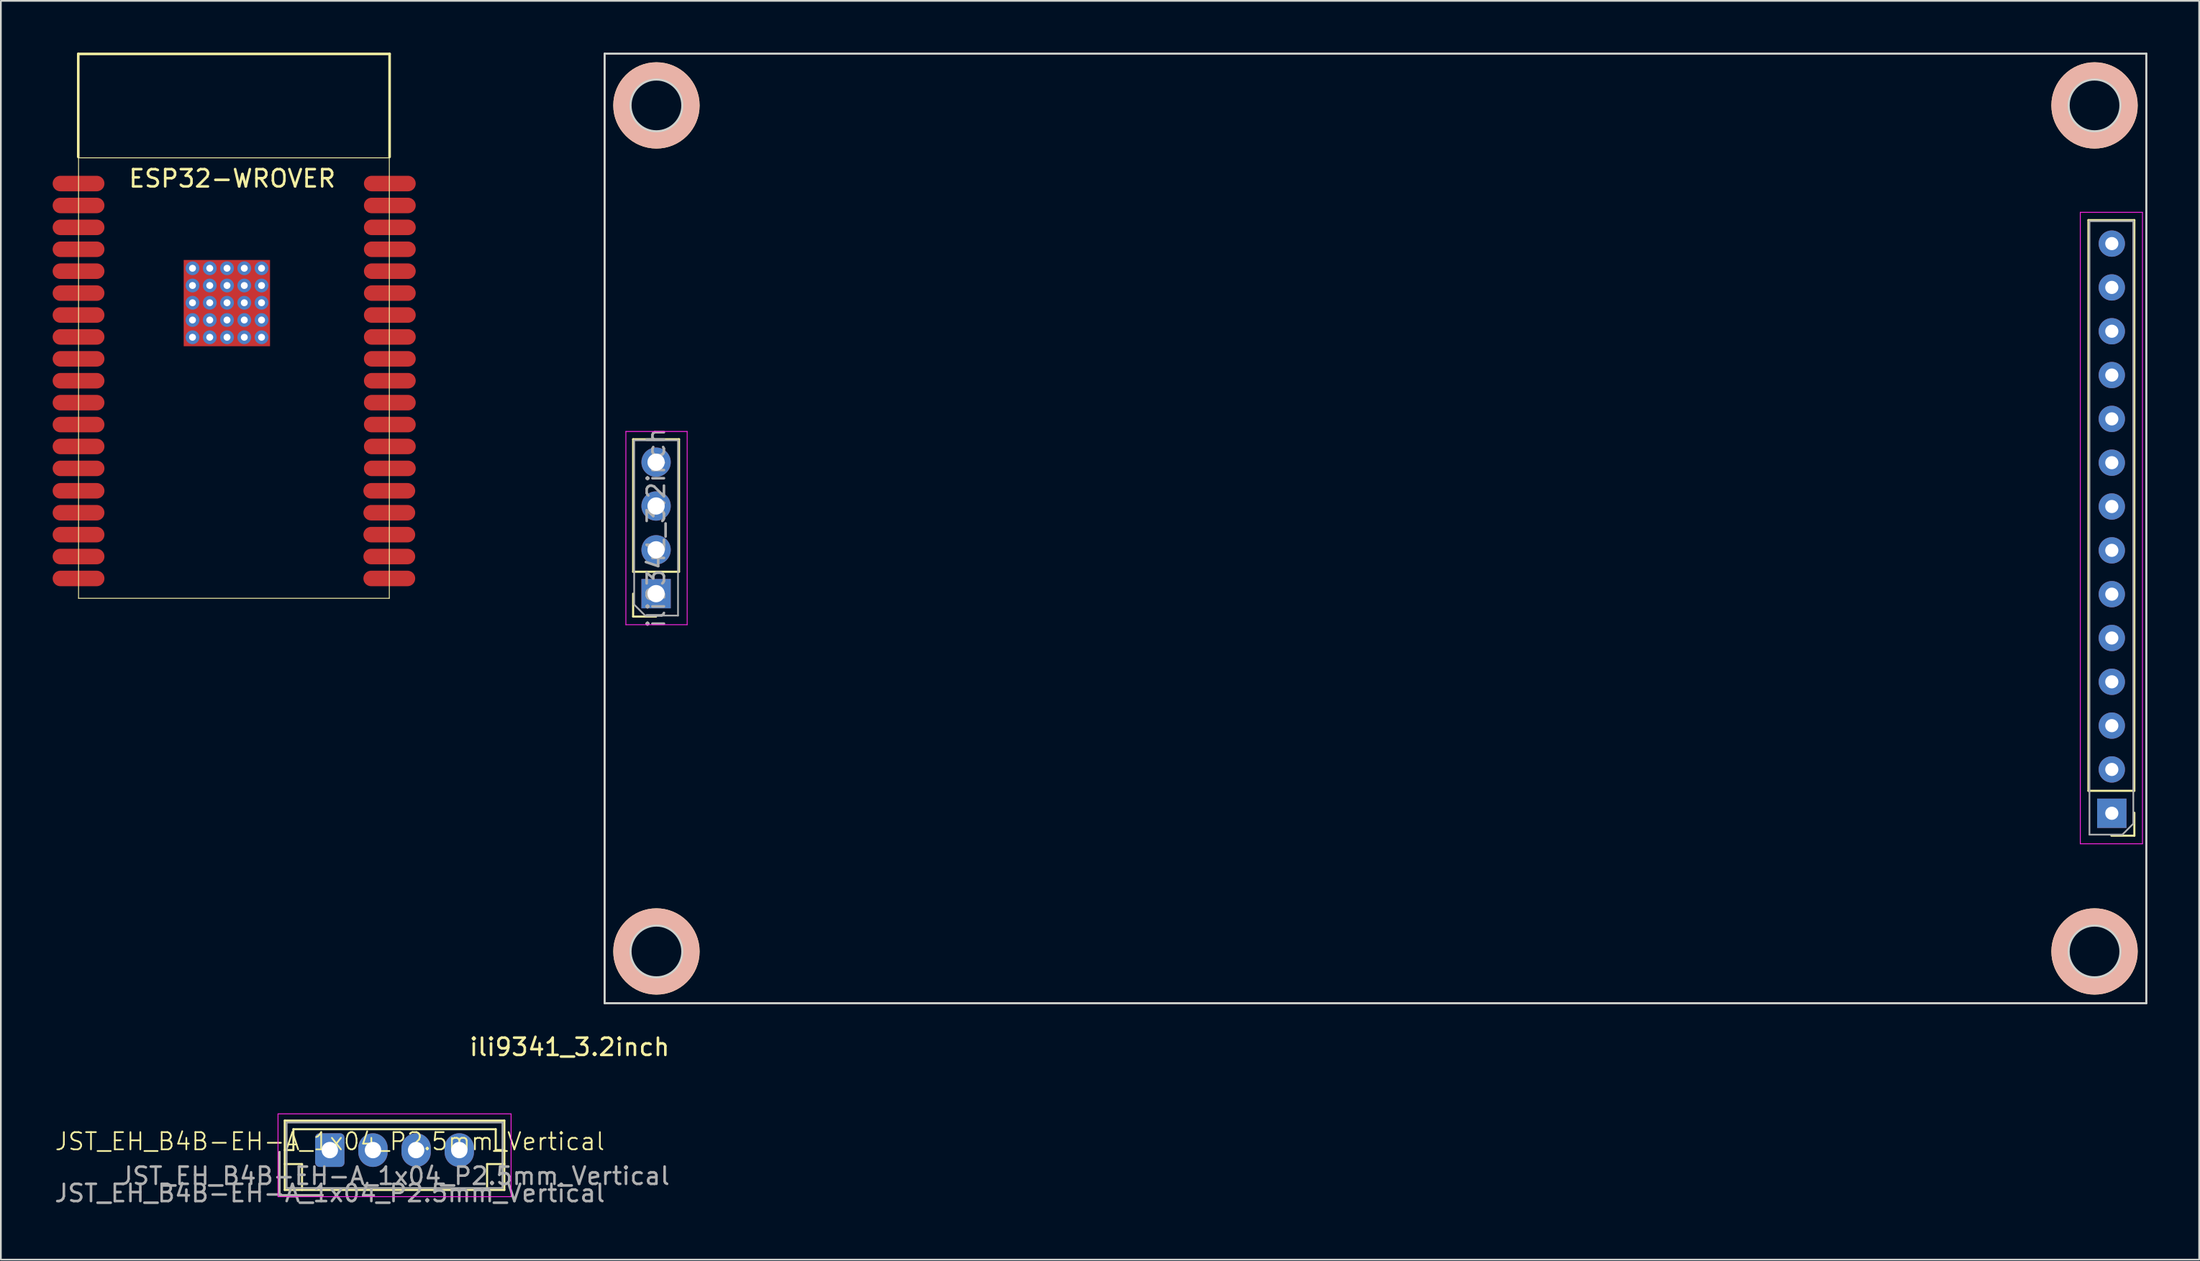
<source format=kicad_pcb>
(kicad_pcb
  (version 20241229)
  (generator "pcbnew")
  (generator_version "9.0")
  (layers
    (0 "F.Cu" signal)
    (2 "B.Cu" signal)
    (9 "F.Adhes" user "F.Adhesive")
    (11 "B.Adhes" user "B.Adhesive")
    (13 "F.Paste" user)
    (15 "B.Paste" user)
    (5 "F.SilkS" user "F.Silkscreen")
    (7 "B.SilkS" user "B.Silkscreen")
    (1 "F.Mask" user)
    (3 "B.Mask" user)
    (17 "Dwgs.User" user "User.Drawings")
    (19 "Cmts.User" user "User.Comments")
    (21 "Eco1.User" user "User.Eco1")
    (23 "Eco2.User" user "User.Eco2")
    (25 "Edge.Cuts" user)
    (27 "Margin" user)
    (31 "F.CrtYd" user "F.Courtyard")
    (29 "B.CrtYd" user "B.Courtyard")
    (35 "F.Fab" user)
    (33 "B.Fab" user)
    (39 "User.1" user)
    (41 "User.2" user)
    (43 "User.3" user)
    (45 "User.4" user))
  (footprint "JST_EH_B4B-EH-A_1x04_P2.5mm_Vertical"
    (layer "F.Cu")
    (at 16.054 63.613)
    (property "Reference" "JST_EH_B4B-EH-A_1x04_P2.5mm_Vertical" (at 0 -0.5 0) (unlocked yes) (layer "F.SilkS") (effects (font (size 1 1) (thickness 0.1))))
    (attr smd)
    (fp_line (start -2.91 0.11) (end -2.91 2.61) (stroke (width 0.12) (type solid)) (layer "F.SilkS"))
    (fp_line (start -2.91 2.61) (end -0.41 2.61) (stroke (width 0.12) (type solid)) (layer "F.SilkS"))
    (fp_line (start -2.61 -1.71) (end -2.61 2.31) (stroke (width 0.12) (type solid)) (layer "F.SilkS"))
    (fp_line (start -2.61 0) (end -2.11 0) (stroke (width 0.12) (type solid)) (layer "F.SilkS"))
    (fp_line (start -2.61 0.81) (end -1.61 0.81) (stroke (width 0.12) (type solid)) (layer "F.SilkS"))
    (fp_line (start -2.61 2.31) (end 10.11 2.31) (stroke (width 0.12) (type solid)) (layer "F.SilkS"))
    (fp_line (start -2.11 -1.21) (end 9.61 -1.21) (stroke (width 0.12) (type solid)) (layer "F.SilkS"))
    (fp_line (start -2.11 0) (end -2.11 -1.21) (stroke (width 0.12) (type solid)) (layer "F.SilkS"))
    (fp_line (start -1.61 0.81) (end -1.61 2.31) (stroke (width 0.12) (type solid)) (layer "F.SilkS"))
    (fp_line (start 9.11 0.81) (end 9.11 2.31) (stroke (width 0.12) (type solid)) (layer "F.SilkS"))
    (fp_line (start 9.61 -1.21) (end 9.61 0) (stroke (width 0.12) (type solid)) (layer "F.SilkS"))
    (fp_line (start 9.61 0) (end 10.11 0) (stroke (width 0.12) (type solid)) (layer "F.SilkS"))
    (fp_line (start 10.11 -1.71) (end -2.61 -1.71) (stroke (width 0.12) (type solid)) (layer "F.SilkS"))
    (fp_line (start 10.11 0.81) (end 9.11 0.81) (stroke (width 0.12) (type solid)) (layer "F.SilkS"))
    (fp_line (start 10.11 2.31) (end 10.11 -1.71) (stroke (width 0.12) (type solid)) (layer "F.SilkS"))
    (fp_line (start -3 -2.1) (end -3 2.7) (stroke (width 0.05) (type solid)) (layer "F.CrtYd"))
    (fp_line (start -3 2.7) (end 10.5 2.7) (stroke (width 0.05) (type solid)) (layer "F.CrtYd"))
    (fp_line (start 10.5 -2.1) (end -3 -2.1) (stroke (width 0.05) (type solid)) (layer "F.CrtYd"))
    (fp_line (start 10.5 2.7) (end 10.5 -2.1) (stroke (width 0.05) (type solid)) (layer "F.CrtYd"))
    (fp_line (start -2.91 0.11) (end -2.91 2.61) (stroke (width 0.1) (type solid)) (layer "F.Fab"))
    (fp_line (start -2.91 2.61) (end -0.41 2.61) (stroke (width 0.1) (type solid)) (layer "F.Fab"))
    (fp_line (start -2.5 -1.6) (end -2.5 2.2) (stroke (width 0.1) (type solid)) (layer "F.Fab"))
    (fp_line (start -2.5 2.2) (end 10 2.2) (stroke (width 0.1) (type solid)) (layer "F.Fab"))
    (fp_line (start 10 -1.6) (end -2.5 -1.6) (stroke (width 0.1) (type solid)) (layer "F.Fab"))
    (fp_line (start 10 2.2) (end 10 -1.6) (stroke (width 0.1) (type solid)) (layer "F.Fab"))
    (fp_text user "${REFERENCE}" (at 0 2.5 0) (unlocked yes) (layer "F.Fab") (effects (font (size 1 1) (thickness 0.15))))
    (fp_text user "${REFERENCE}" (at 3.75 1.5 0) (layer "F.Fab") (effects (font (size 1 1) (thickness 0.15))))
    (pad "1" thru_hole roundrect (at 0 0) (size 1.7 1.95) (drill 0.95) (layers "*.Cu" "*.Mask") (roundrect_rratio 0.147))
    (pad "2" thru_hole oval (at 2.5 0) (size 1.7 1.95) (drill 0.95) (layers "*.Cu" "*.Mask"))
    (pad "3" thru_hole oval (at 5 0) (size 1.7 1.95) (drill 0.95) (layers "*.Cu" "*.Mask"))
    (pad "4" thru_hole oval (at 7.5 0) (size 1.7 1.95) (drill 0.95) (layers "*.Cu" "*.Mask")))
  (footprint "ESP32-WROVER"
    (layer "F.Cu")
    (at 10.5 6.679)
    (property "Reference" "ESP32-WROVER" (at -0.1 0.62 0) (layer "F.SilkS") (effects (font (size 1 1) (thickness 0.15))))
    (attr smd)
    (fp_line (start -9.017 -0.635) (end -9.017 -6.604) (stroke (width 0.15) (type solid)) (layer "F.SilkS"))
    (fp_line (start -9 -0.58) (end 9 -0.58) (stroke (width 0.05) (type solid)) (layer "F.SilkS"))
    (fp_line (start -9 24.95) (end -9 -0.58) (stroke (width 0.05) (type solid)) (layer "F.SilkS"))
    (fp_line (start 9 -0.58) (end 9 24.95) (stroke (width 0.05) (type solid)) (layer "F.SilkS"))
    (fp_line (start 9 24.95) (end -9 24.95) (stroke (width 0.05) (type solid)) (layer "F.SilkS"))
    (fp_line (start 9.017 -6.604) (end -9.017 -6.604) (stroke (width 0.15) (type solid)) (layer "F.SilkS"))
    (fp_line (start 9.017 -0.635) (end 9.017 -6.604) (stroke (width 0.15) (type solid)) (layer "F.SilkS"))
    (pad "1" smd oval (at -9 0.91) (size 3 0.9) (layers "F.Cu" "F.Mask" "F.Paste"))
    (pad "2" smd oval (at -9 2.18) (size 3 0.9) (layers "F.Cu" "F.Mask" "F.Paste"))
    (pad "3" smd oval (at -9 3.45) (size 3 0.9) (layers "F.Cu" "F.Mask" "F.Paste"))
    (pad "4" smd oval (at -9 4.72) (size 3 0.9) (layers "F.Cu" "F.Mask" "F.Paste"))
    (pad "5" smd oval (at -9 5.99) (size 3 0.9) (layers "F.Cu" "F.Mask" "F.Paste"))
    (pad "6" smd oval (at -9 7.26) (size 3 0.9) (layers "F.Cu" "F.Mask" "F.Paste"))
    (pad "7" smd oval (at -9 8.53) (size 3 0.9) (layers "F.Cu" "F.Mask" "F.Paste"))
    (pad "8" smd oval (at -9 9.8) (size 3 0.9) (layers "F.Cu" "F.Mask" "F.Paste"))
    (pad "9" smd oval (at -9 11.07) (size 3 0.9) (layers "F.Cu" "F.Mask" "F.Paste"))
    (pad "10" smd oval (at -9 12.34) (size 3 0.9) (layers "F.Cu" "F.Mask" "F.Paste"))
    (pad "11" smd oval (at -9 13.61) (size 3 0.9) (layers "F.Cu" "F.Mask" "F.Paste"))
    (pad "12" smd oval (at -9 14.88) (size 3 0.9) (layers "F.Cu" "F.Mask" "F.Paste"))
    (pad "13" smd oval (at -9 16.15) (size 3 0.9) (layers "F.Cu" "F.Mask" "F.Paste"))
    (pad "14" smd oval (at -9 17.42) (size 3 0.9) (layers "F.Cu" "F.Mask" "F.Paste"))
    (pad "15" smd oval (at -9 18.72) (size 3 0.9) (layers "F.Cu" "F.Mask" "F.Paste"))
    (pad "16" smd oval (at -9 19.99) (size 3 0.9) (layers "F.Cu" "F.Mask" "F.Paste"))
    (pad "17" smd oval (at -9 21.26) (size 3 0.9) (layers "F.Cu" "F.Mask" "F.Paste"))
    (pad "18" smd oval (at -9 22.53) (size 3 0.9) (layers "F.Cu" "F.Mask" "F.Paste"))
    (pad "19" smd oval (at -9 23.8) (size 3 0.9) (layers "F.Cu" "F.Mask" "F.Paste"))
    (pad "20" smd oval (at 9 23.8) (size 3 0.9) (layers "F.Cu" "F.Mask" "F.Paste"))
    (pad "21" smd oval (at 9 22.53) (size 3 0.9) (layers "F.Cu" "F.Mask" "F.Paste"))
    (pad "22" smd oval (at 9 21.26) (size 3 0.9) (layers "F.Cu" "F.Mask" "F.Paste"))
    (pad "23" smd oval (at 9 19.99) (size 3 0.9) (layers "F.Cu" "F.Mask" "F.Paste"))
    (pad "24" smd oval (at 9 18.72) (size 3 0.9) (layers "F.Cu" "F.Mask" "F.Paste"))
    (pad "25" smd oval (at 9.03 17.42) (size 3 0.9) (layers "F.Cu" "F.Mask" "F.Paste"))
    (pad "26" smd oval (at 9.03 16.15) (size 3 0.9) (layers "F.Cu" "F.Mask" "F.Paste"))
    (pad "27" smd oval (at 9.03 14.88) (size 3 0.9) (layers "F.Cu" "F.Mask" "F.Paste"))
    (pad "28" smd oval (at 9.03 13.61) (size 3 0.9) (layers "F.Cu" "F.Mask" "F.Paste"))
    (pad "29" smd oval (at 9.03 12.34) (size 3 0.9) (layers "F.Cu" "F.Mask" "F.Paste"))
    (pad "30" smd oval (at 9.03 11.07) (size 3 0.9) (layers "F.Cu" "F.Mask" "F.Paste"))
    (pad "31" smd oval (at 9.03 9.8) (size 3 0.9) (layers "F.Cu" "F.Mask" "F.Paste"))
    (pad "32" smd oval (at 9.03 8.53) (size 3 0.9) (layers "F.Cu" "F.Mask" "F.Paste"))
    (pad "33" smd oval (at 9.03 7.26) (size 3 0.9) (layers "F.Cu" "F.Mask" "F.Paste"))
    (pad "34" smd oval (at 9.03 5.99) (size 3 0.9) (layers "F.Cu" "F.Mask" "F.Paste"))
    (pad "35" smd oval (at 9.03 4.72) (size 3 0.9) (layers "F.Cu" "F.Mask" "F.Paste"))
    (pad "36" smd oval (at 9.03 3.45) (size 3 0.9) (layers "F.Cu" "F.Mask" "F.Paste"))
    (pad "37" smd oval (at 9.03 2.18) (size 3 0.9) (layers "F.Cu" "F.Mask" "F.Paste"))
    (pad "38" smd oval (at 9.03 0.91) (size 3 0.9) (layers "F.Cu" "F.Mask" "F.Paste"))
    (pad "39" thru_hole circle (at -2.4 5.82) (size 0.8 0.8) (drill 0.4) (layers "*.Cu" "*.Mask"))
    (pad "39" thru_hole circle (at -2.4 6.82) (size 0.8 0.8) (drill 0.4) (layers "*.Cu" "*.Mask"))
    (pad "39" thru_hole circle (at -2.4 7.82) (size 0.8 0.8) (drill 0.4) (layers "*.Cu" "*.Mask"))
    (pad "39" thru_hole circle (at -2.4 8.82) (size 0.8 0.8) (drill 0.4) (layers "*.Cu" "*.Mask"))
    (pad "39" thru_hole circle (at -2.4 9.82) (size 0.8 0.8) (drill 0.4) (layers "*.Cu" "*.Mask"))
    (pad "39" thru_hole circle (at -1.4 5.82) (size 0.8 0.8) (drill 0.4) (layers "*.Cu" "*.Mask"))
    (pad "39" thru_hole circle (at -1.4 6.82) (size 0.8 0.8) (drill 0.4) (layers "*.Cu" "*.Mask"))
    (pad "39" thru_hole circle (at -1.4 7.82) (size 0.8 0.8) (drill 0.4) (layers "*.Cu" "*.Mask"))
    (pad "39" thru_hole circle (at -1.4 8.82) (size 0.8 0.8) (drill 0.4) (layers "*.Cu" "*.Mask"))
    (pad "39" thru_hole circle (at -1.4 9.82) (size 0.8 0.8) (drill 0.4) (layers "*.Cu" "*.Mask"))
    (pad "39" smd rect (at -0.41 7.84) (size 5 5) (layers "F.Cu" "F.Mask" "F.Paste"))
    (pad "39" thru_hole circle (at -0.4 5.82) (size 0.8 0.8) (drill 0.4) (layers "*.Cu" "*.Mask"))
    (pad "39" thru_hole circle (at -0.4 6.82) (size 0.8 0.8) (drill 0.4) (layers "*.Cu" "*.Mask"))
    (pad "39" thru_hole circle (at -0.4 7.82) (size 0.8 0.8) (drill 0.4) (layers "*.Cu" "*.Mask"))
    (pad "39" thru_hole circle (at -0.4 8.82) (size 0.8 0.8) (drill 0.4) (layers "*.Cu" "*.Mask"))
    (pad "39" thru_hole circle (at -0.4 9.82) (size 0.8 0.8) (drill 0.4) (layers "*.Cu" "*.Mask"))
    (pad "39" thru_hole circle (at 0.6 5.82) (size 0.8 0.8) (drill 0.4) (layers "*.Cu" "*.Mask"))
    (pad "39" thru_hole circle (at 0.6 6.82) (size 0.8 0.8) (drill 0.4) (layers "*.Cu" "*.Mask"))
    (pad "39" thru_hole circle (at 0.6 7.82) (size 0.8 0.8) (drill 0.4) (layers "*.Cu" "*.Mask"))
    (pad "39" thru_hole circle (at 0.6 8.82) (size 0.8 0.8) (drill 0.4) (layers "*.Cu" "*.Mask"))
    (pad "39" thru_hole circle (at 0.6 9.82) (size 0.8 0.8) (drill 0.4) (layers "*.Cu" "*.Mask"))
    (pad "39" thru_hole circle (at 1.6 5.82) (size 0.8 0.8) (drill 0.4) (layers "*.Cu" "*.Mask"))
    (pad "39" thru_hole circle (at 1.6 6.82) (size 0.8 0.8) (drill 0.4) (layers "*.Cu" "*.Mask"))
    (pad "39" thru_hole circle (at 1.6 7.82) (size 0.8 0.8) (drill 0.4) (layers "*.Cu" "*.Mask"))
    (pad "39" thru_hole circle (at 1.6 8.82) (size 0.8 0.8) (drill 0.4) (layers "*.Cu" "*.Mask"))
    (pad "39" thru_hole circle (at 1.6 9.82) (size 0.8 0.8) (drill 0.4) (layers "*.Cu" "*.Mask")))
  (footprint "ili9341_3.2inch"
    (layer "F.Cu")
    (at 31.973 55.1)
    (property "Reference" "ili9341_3.2inch" (at -2.032 2.54 0) (layer "F.SilkS") (effects (font (size 1 1) (thickness 0.15))))
    (attr through_hole)
    (fp_line (start 1.65 -25.01) (end 1.65 -32.69) (stroke (width 0.12) (type solid)) (layer "F.SilkS"))
    (fp_line (start 1.65 -22.41) (end 1.65 -23.74) (stroke (width 0.12) (type solid)) (layer "F.SilkS"))
    (fp_line (start 2.98 -22.41) (end 1.65 -22.41) (stroke (width 0.12) (type solid)) (layer "F.SilkS"))
    (fp_line (start 4.31 -32.69) (end 1.65 -32.69) (stroke (width 0.12) (type solid)) (layer "F.SilkS"))
    (fp_line (start 4.31 -25.01) (end 1.65 -25.01) (stroke (width 0.12) (type solid)) (layer "F.SilkS"))
    (fp_line (start 4.31 -25.01) (end 4.31 -32.69) (stroke (width 0.12) (type solid)) (layer "F.SilkS"))
    (fp_line (start 85.946 -12.312) (end 85.946 -45.392) (stroke (width 0.12) (type solid)) (layer "F.SilkS"))
    (fp_line (start 88.606 -45.392) (end 85.946 -45.392) (stroke (width 0.12) (type solid)) (layer "F.SilkS"))
    (fp_line (start 88.606 -12.312) (end 85.946 -12.312) (stroke (width 0.12) (type solid)) (layer "F.SilkS"))
    (fp_line (start 88.606 -12.312) (end 88.606 -45.392) (stroke (width 0.12) (type solid)) (layer "F.SilkS"))
    (fp_line (start 88.606 -11.042) (end 88.606 -9.712) (stroke (width 0.12) (type solid)) (layer "F.SilkS"))
    (fp_line (start 88.606 -9.712) (end 87.276 -9.712) (stroke (width 0.12) (type solid)) (layer "F.SilkS"))
    (fp_circle (center 3 -52.04) (end 5 -52.04) (stroke (width 1) (type default)) (fill no) (layer "F.SilkS"))
    (fp_circle (center 3 -3) (end 5 -3) (stroke (width 1) (type default)) (fill no) (layer "F.SilkS"))
    (fp_circle (center 86.3 -52.04) (end 88.3 -52.04) (stroke (width 1) (type default)) (fill no) (layer "F.SilkS"))
    (fp_circle (center 86.3 -3) (end 88.3 -3) (stroke (width 1) (type default)) (fill no) (layer "F.SilkS"))
    (fp_circle (center 3 -52.04) (end 5 -52.04) (stroke (width 1) (type default)) (fill no) (layer "B.SilkS"))
    (fp_circle (center 3 -3) (end 5 -3) (stroke (width 1) (type default)) (fill no) (layer "B.SilkS"))
    (fp_circle (center 86.3 -52.04) (end 88.3 -52.04) (stroke (width 1) (type default)) (fill no) (layer "B.SilkS"))
    (fp_circle (center 86.3 -3) (end 88.3 -3) (stroke (width 1) (type default)) (fill no) (layer "B.SilkS"))
    (fp_line (start 0 -55.04) (end 89.3 -55.04) (stroke (width 0.12) (type solid)) (layer "Edge.Cuts"))
    (fp_line (start 0 0) (end 0 -55.04) (stroke (width 0.12) (type solid)) (layer "Edge.Cuts"))
    (fp_line (start 89.3 -55.04) (end 89.3 0) (stroke (width 0.12) (type solid)) (layer "Edge.Cuts"))
    (fp_line (start 89.3 0) (end 0 0) (stroke (width 0.12) (type solid)) (layer "Edge.Cuts"))
    (fp_circle (center 3 -52.04) (end 4.5 -52.04) (stroke (width 0.12) (type solid)) (fill no) (layer "Edge.Cuts"))
    (fp_circle (center 3 -3) (end 4.5 -3) (stroke (width 0.12) (type solid)) (fill no) (layer "Edge.Cuts"))
    (fp_circle (center 86.3 -52.04) (end 87.8 -52.04) (stroke (width 0.12) (type solid)) (fill no) (layer "Edge.Cuts"))
    (fp_circle (center 86.3 -3) (end 87.8 -3) (stroke (width 0.12) (type solid)) (fill no) (layer "Edge.Cuts"))
    (fp_line (start 1.23 -33.14) (end 4.78 -33.14) (stroke (width 0.05) (type solid)) (layer "F.CrtYd"))
    (fp_line (start 1.23 -21.94) (end 1.23 -33.14) (stroke (width 0.05) (type solid)) (layer "F.CrtYd"))
    (fp_line (start 4.78 -33.14) (end 4.78 -21.94) (stroke (width 0.05) (type solid)) (layer "F.CrtYd"))
    (fp_line (start 4.78 -21.94) (end 1.23 -21.94) (stroke (width 0.05) (type solid)) (layer "F.CrtYd"))
    (fp_line (start 85.476 -45.842) (end 85.476 -9.242) (stroke (width 0.05) (type solid)) (layer "F.CrtYd"))
    (fp_line (start 85.476 -9.242) (end 89.076 -9.242) (stroke (width 0.05) (type solid)) (layer "F.CrtYd"))
    (fp_line (start 89.076 -45.842) (end 85.476 -45.842) (stroke (width 0.05) (type solid)) (layer "F.CrtYd"))
    (fp_line (start 89.076 -9.242) (end 89.076 -45.842) (stroke (width 0.05) (type solid)) (layer "F.CrtYd"))
    (fp_line (start 1.71 -32.63) (end 4.25 -32.63) (stroke (width 0.1) (type solid)) (layer "F.Fab"))
    (fp_line (start 1.71 -23.105) (end 1.71 -32.63) (stroke (width 0.1) (type solid)) (layer "F.Fab"))
    (fp_line (start 2.345 -22.47) (end 1.71 -23.105) (stroke (width 0.1) (type solid)) (layer "F.Fab"))
    (fp_line (start 4.25 -32.63) (end 4.25 -22.47) (stroke (width 0.1) (type solid)) (layer "F.Fab"))
    (fp_line (start 4.25 -22.47) (end 2.345 -22.47) (stroke (width 0.1) (type solid)) (layer "F.Fab"))
    (fp_line (start 86.006 -45.332) (end 88.546 -45.332) (stroke (width 0.1) (type solid)) (layer "F.Fab"))
    (fp_line (start 86.006 -9.772) (end 86.006 -45.332) (stroke (width 0.1) (type solid)) (layer "F.Fab"))
    (fp_line (start 87.911 -9.772) (end 86.006 -9.772) (stroke (width 0.1) (type solid)) (layer "F.Fab"))
    (fp_line (start 88.546 -45.332) (end 88.546 -10.407) (stroke (width 0.1) (type solid)) (layer "F.Fab"))
    (fp_line (start 88.546 -10.407) (end 87.911 -9.772) (stroke (width 0.1) (type solid)) (layer "F.Fab"))
    (fp_text user "${REFERENCE}" (at 2.98 -27.55 270) (layer "F.Fab") (effects (font (size 1 1) (thickness 0.15))))
    (pad "1" thru_hole rect (at 87.3 -11.01) (size 1.7 1.7) (drill 0.762) (layers "*.Cu" "*.Mask"))
    (pad "2" thru_hole circle (at 87.3 -13.55) (size 1.524 1.524) (drill 0.762) (layers "*.Cu" "*.Mask"))
    (pad "3" thru_hole circle (at 87.3 -16.09) (size 1.524 1.524) (drill 0.762) (layers "*.Cu" "*.Mask"))
    (pad "4" thru_hole circle (at 87.3 -18.63) (size 1.524 1.524) (drill 0.762) (layers "*.Cu" "*.Mask"))
    (pad "5" thru_hole circle (at 87.3 -21.17) (size 1.524 1.524) (drill 0.762) (layers "*.Cu" "*.Mask"))
    (pad "6" thru_hole circle (at 87.3 -23.71) (size 1.524 1.524) (drill 0.762) (layers "*.Cu" "*.Mask"))
    (pad "7" thru_hole circle (at 87.3 -26.25) (size 1.524 1.524) (drill 0.762) (layers "*.Cu" "*.Mask"))
    (pad "8" thru_hole circle (at 87.3 -28.79) (size 1.524 1.524) (drill 0.762) (layers "*.Cu" "*.Mask"))
    (pad "9" thru_hole circle (at 87.3 -31.33) (size 1.524 1.524) (drill 0.762) (layers "*.Cu" "*.Mask"))
    (pad "10" thru_hole circle (at 87.3 -33.87) (size 1.524 1.524) (drill 0.762) (layers "*.Cu" "*.Mask"))
    (pad "11" thru_hole circle (at 87.3 -36.41) (size 1.524 1.524) (drill 0.762) (layers "*.Cu" "*.Mask"))
    (pad "12" thru_hole circle (at 87.3 -38.95) (size 1.524 1.524) (drill 0.762) (layers "*.Cu" "*.Mask"))
    (pad "13" thru_hole circle (at 87.3 -41.49) (size 1.524 1.524) (drill 0.762) (layers "*.Cu" "*.Mask"))
    (pad "14" thru_hole circle (at 87.3 -44.03) (size 1.524 1.524) (drill 0.762) (layers "*.Cu" "*.Mask"))
    (pad "15" thru_hole rect (at 2.98 -23.74 180) (size 1.7 1.7) (drill 1) (layers "*.Cu" "*.Mask"))
    (pad "16" thru_hole oval (at 2.98 -26.28 180) (size 1.7 1.7) (drill 1) (layers "*.Cu" "*.Mask"))
    (pad "17" thru_hole oval (at 2.98 -28.82 180) (size 1.7 1.7) (drill 1) (layers "*.Cu" "*.Mask"))
    (pad "18" thru_hole oval (at 2.98 -31.36 180) (size 1.7 1.7) (drill 1) (layers "*.Cu" "*.Mask")))
  (gr_rect
    (start -3 -3)
    (end 124.333 69.962)
    (stroke (width 0.1) (type default))
    (fill no)
    (layer "Edge.Cuts")))
</source>
